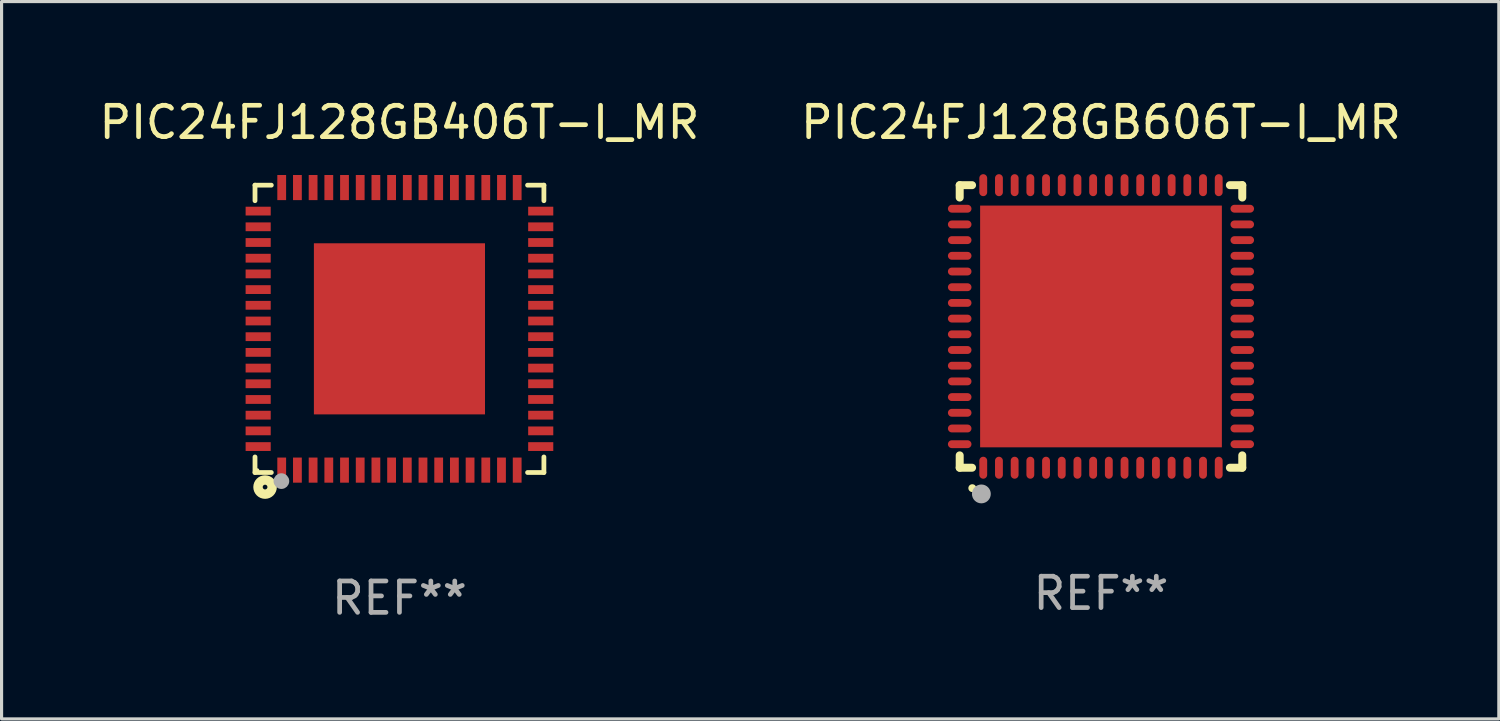
<source format=kicad_pcb>
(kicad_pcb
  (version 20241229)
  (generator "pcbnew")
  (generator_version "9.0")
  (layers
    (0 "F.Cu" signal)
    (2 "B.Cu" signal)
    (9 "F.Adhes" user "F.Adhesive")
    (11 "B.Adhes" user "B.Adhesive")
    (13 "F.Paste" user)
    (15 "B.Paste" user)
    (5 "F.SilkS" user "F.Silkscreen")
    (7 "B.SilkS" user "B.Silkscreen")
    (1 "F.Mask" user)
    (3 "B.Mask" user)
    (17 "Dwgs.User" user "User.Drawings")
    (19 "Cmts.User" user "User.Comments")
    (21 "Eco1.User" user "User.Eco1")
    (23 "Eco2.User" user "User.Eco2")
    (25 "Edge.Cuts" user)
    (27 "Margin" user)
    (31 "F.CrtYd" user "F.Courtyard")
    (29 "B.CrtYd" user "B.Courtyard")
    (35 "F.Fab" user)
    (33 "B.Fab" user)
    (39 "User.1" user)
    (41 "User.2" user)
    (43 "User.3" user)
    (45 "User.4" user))
  (footprint "PIC24FJ128GB406T-I_MR"
    (layer "F.Cu")
    (at 9.673 7.424)
    (property "Reference" "PIC24FJ128GB406T-I_MR" (at 0 -6.576 0) (layer "F.SilkS") (effects (font (size 1 1) (thickness 0.15))))
    (attr through_hole)
    (fp_line (start -4.601 -4.576) (end -4.081 -4.576) (stroke (width 0.152) (type solid)) (layer "F.SilkS"))
    (fp_line (start -4.601 -4.081) (end -4.601 -4.576) (stroke (width 0.152) (type solid)) (layer "F.SilkS"))
    (fp_line (start -4.601 4.081) (end -4.601 4.576) (stroke (width 0.152) (type solid)) (layer "F.SilkS"))
    (fp_line (start -4.601 4.576) (end -4.081 4.576) (stroke (width 0.152) (type solid)) (layer "F.SilkS"))
    (fp_line (start 4.601 -4.576) (end 4.081 -4.576) (stroke (width 0.152) (type solid)) (layer "F.SilkS"))
    (fp_line (start 4.601 -4.081) (end 4.601 -4.576) (stroke (width 0.152) (type solid)) (layer "F.SilkS"))
    (fp_line (start 4.601 4.081) (end 4.601 4.576) (stroke (width 0.152) (type solid)) (layer "F.SilkS"))
    (fp_line (start 4.601 4.576) (end 4.081 4.576) (stroke (width 0.152) (type solid)) (layer "F.SilkS"))
    (fp_circle (center -4.525 4.5) (end -4.495 4.5) (stroke (width 0.06) (type solid)) (fill no) (layer "F.SilkS"))
    (fp_circle (center -4.28 5.04) (end -4.205 5.04) (stroke (width 0.3) (type solid)) (fill no) (layer "F.SilkS"))
    (fp_circle (center -3.76 4.85) (end -3.635 4.85) (stroke (width 0.25) (type solid)) (fill no) (layer "F.Fab"))
    (fp_text user "REF**" (at 0 8.576 0) (layer "F.Fab") (effects (font (size 1 1) (thickness 0.15))))
    (pad "1" smd rect (at -3.75 4.5) (size 0.28 0.8) (layers "F.Cu" "F.Mask" "F.Paste"))
    (pad "2" smd rect (at -3.25 4.5) (size 0.28 0.8) (layers "F.Cu" "F.Mask" "F.Paste"))
    (pad "3" smd rect (at -2.75 4.5) (size 0.28 0.8) (layers "F.Cu" "F.Mask" "F.Paste"))
    (pad "4" smd rect (at -2.25 4.5) (size 0.28 0.8) (layers "F.Cu" "F.Mask" "F.Paste"))
    (pad "5" smd rect (at -1.75 4.5) (size 0.28 0.8) (layers "F.Cu" "F.Mask" "F.Paste"))
    (pad "6" smd rect (at -1.25 4.5) (size 0.28 0.8) (layers "F.Cu" "F.Mask" "F.Paste"))
    (pad "7" smd rect (at -0.75 4.5) (size 0.28 0.8) (layers "F.Cu" "F.Mask" "F.Paste"))
    (pad "8" smd rect (at -0.25 4.5) (size 0.28 0.8) (layers "F.Cu" "F.Mask" "F.Paste"))
    (pad "9" smd rect (at 0.25 4.5) (size 0.28 0.8) (layers "F.Cu" "F.Mask" "F.Paste"))
    (pad "10" smd rect (at 0.75 4.5) (size 0.28 0.8) (layers "F.Cu" "F.Mask" "F.Paste"))
    (pad "11" smd rect (at 1.25 4.5) (size 0.28 0.8) (layers "F.Cu" "F.Mask" "F.Paste"))
    (pad "12" smd rect (at 1.75 4.5) (size 0.28 0.8) (layers "F.Cu" "F.Mask" "F.Paste"))
    (pad "13" smd rect (at 2.25 4.5) (size 0.28 0.8) (layers "F.Cu" "F.Mask" "F.Paste"))
    (pad "14" smd rect (at 2.75 4.5) (size 0.28 0.8) (layers "F.Cu" "F.Mask" "F.Paste"))
    (pad "15" smd rect (at 3.25 4.5) (size 0.28 0.8) (layers "F.Cu" "F.Mask" "F.Paste"))
    (pad "16" smd rect (at 3.75 4.5) (size 0.28 0.8) (layers "F.Cu" "F.Mask" "F.Paste"))
    (pad "17" smd rect (at 4.5 3.75) (size 0.8 0.28) (layers "F.Cu" "F.Mask" "F.Paste"))
    (pad "18" smd rect (at 4.5 3.25) (size 0.8 0.28) (layers "F.Cu" "F.Mask" "F.Paste"))
    (pad "19" smd rect (at 4.5 2.75) (size 0.8 0.28) (layers "F.Cu" "F.Mask" "F.Paste"))
    (pad "20" smd rect (at 4.5 2.25) (size 0.8 0.28) (layers "F.Cu" "F.Mask" "F.Paste"))
    (pad "21" smd rect (at 4.5 1.75) (size 0.8 0.28) (layers "F.Cu" "F.Mask" "F.Paste"))
    (pad "22" smd rect (at 4.5 1.25) (size 0.8 0.28) (layers "F.Cu" "F.Mask" "F.Paste"))
    (pad "23" smd rect (at 4.5 0.75) (size 0.8 0.28) (layers "F.Cu" "F.Mask" "F.Paste"))
    (pad "24" smd rect (at 4.5 0.25) (size 0.8 0.28) (layers "F.Cu" "F.Mask" "F.Paste"))
    (pad "25" smd rect (at 4.5 -0.25) (size 0.8 0.28) (layers "F.Cu" "F.Mask" "F.Paste"))
    (pad "26" smd rect (at 4.5 -0.75) (size 0.8 0.28) (layers "F.Cu" "F.Mask" "F.Paste"))
    (pad "27" smd rect (at 4.5 -1.25) (size 0.8 0.28) (layers "F.Cu" "F.Mask" "F.Paste"))
    (pad "28" smd rect (at 4.5 -1.75) (size 0.8 0.28) (layers "F.Cu" "F.Mask" "F.Paste"))
    (pad "29" smd rect (at 4.5 -2.25) (size 0.8 0.28) (layers "F.Cu" "F.Mask" "F.Paste"))
    (pad "30" smd rect (at 4.5 -2.75) (size 0.8 0.28) (layers "F.Cu" "F.Mask" "F.Paste"))
    (pad "31" smd rect (at 4.5 -3.25) (size 0.8 0.28) (layers "F.Cu" "F.Mask" "F.Paste"))
    (pad "32" smd rect (at 4.5 -3.75) (size 0.8 0.28) (layers "F.Cu" "F.Mask" "F.Paste"))
    (pad "33" smd rect (at 3.75 -4.5) (size 0.28 0.8) (layers "F.Cu" "F.Mask" "F.Paste"))
    (pad "34" smd rect (at 3.25 -4.5) (size 0.28 0.8) (layers "F.Cu" "F.Mask" "F.Paste"))
    (pad "35" smd rect (at 2.75 -4.5) (size 0.28 0.8) (layers "F.Cu" "F.Mask" "F.Paste"))
    (pad "36" smd rect (at 2.25 -4.5) (size 0.28 0.8) (layers "F.Cu" "F.Mask" "F.Paste"))
    (pad "37" smd rect (at 1.75 -4.5) (size 0.28 0.8) (layers "F.Cu" "F.Mask" "F.Paste"))
    (pad "38" smd rect (at 1.25 -4.5) (size 0.28 0.8) (layers "F.Cu" "F.Mask" "F.Paste"))
    (pad "39" smd rect (at 0.75 -4.5) (size 0.28 0.8) (layers "F.Cu" "F.Mask" "F.Paste"))
    (pad "40" smd rect (at 0.25 -4.5) (size 0.28 0.8) (layers "F.Cu" "F.Mask" "F.Paste"))
    (pad "41" smd rect (at -0.25 -4.5) (size 0.28 0.8) (layers "F.Cu" "F.Mask" "F.Paste"))
    (pad "42" smd rect (at -0.75 -4.5) (size 0.28 0.8) (layers "F.Cu" "F.Mask" "F.Paste"))
    (pad "43" smd rect (at -1.25 -4.5) (size 0.28 0.8) (layers "F.Cu" "F.Mask" "F.Paste"))
    (pad "44" smd rect (at -1.75 -4.5) (size 0.28 0.8) (layers "F.Cu" "F.Mask" "F.Paste"))
    (pad "45" smd rect (at -2.25 -4.5) (size 0.28 0.8) (layers "F.Cu" "F.Mask" "F.Paste"))
    (pad "46" smd rect (at -2.75 -4.5) (size 0.28 0.8) (layers "F.Cu" "F.Mask" "F.Paste"))
    (pad "47" smd rect (at -3.25 -4.5) (size 0.28 0.8) (layers "F.Cu" "F.Mask" "F.Paste"))
    (pad "48" smd rect (at -3.75 -4.5) (size 0.28 0.8) (layers "F.Cu" "F.Mask" "F.Paste"))
    (pad "49" smd rect (at -4.5 -3.75) (size 0.8 0.28) (layers "F.Cu" "F.Mask" "F.Paste"))
    (pad "50" smd rect (at -4.5 -3.25) (size 0.8 0.28) (layers "F.Cu" "F.Mask" "F.Paste"))
    (pad "51" smd rect (at -4.5 -2.75) (size 0.8 0.28) (layers "F.Cu" "F.Mask" "F.Paste"))
    (pad "52" smd rect (at -4.5 -2.25) (size 0.8 0.28) (layers "F.Cu" "F.Mask" "F.Paste"))
    (pad "53" smd rect (at -4.5 -1.75) (size 0.8 0.28) (layers "F.Cu" "F.Mask" "F.Paste"))
    (pad "54" smd rect (at -4.5 -1.25) (size 0.8 0.28) (layers "F.Cu" "F.Mask" "F.Paste"))
    (pad "55" smd rect (at -4.5 -0.75) (size 0.8 0.28) (layers "F.Cu" "F.Mask" "F.Paste"))
    (pad "56" smd rect (at -4.5 -0.25) (size 0.8 0.28) (layers "F.Cu" "F.Mask" "F.Paste"))
    (pad "57" smd rect (at -4.5 0.25) (size 0.8 0.28) (layers "F.Cu" "F.Mask" "F.Paste"))
    (pad "58" smd rect (at -4.5 0.75) (size 0.8 0.28) (layers "F.Cu" "F.Mask" "F.Paste"))
    (pad "59" smd rect (at -4.5 1.25) (size 0.8 0.28) (layers "F.Cu" "F.Mask" "F.Paste"))
    (pad "60" smd rect (at -4.5 1.75) (size 0.8 0.28) (layers "F.Cu" "F.Mask" "F.Paste"))
    (pad "61" smd rect (at -4.5 2.25) (size 0.8 0.28) (layers "F.Cu" "F.Mask" "F.Paste"))
    (pad "62" smd rect (at -4.5 2.75) (size 0.8 0.28) (layers "F.Cu" "F.Mask" "F.Paste"))
    (pad "63" smd rect (at -4.5 3.25) (size 0.8 0.28) (layers "F.Cu" "F.Mask" "F.Paste"))
    (pad "64" smd rect (at -4.5 3.75) (size 0.8 0.28) (layers "F.Cu" "F.Mask" "F.Paste"))
    (pad "65" smd rect (at 0 0) (size 5.45 5.45) (layers "F.Cu" "F.Mask" "F.Paste")))
  (footprint "PIC24FJ128GB606T-I_MR"
    (layer "F.Cu")
    (at 32.018 7.348)
    (property "Reference" "PIC24FJ128GB606T-I_MR" (at 0 -6.5 0) (layer "F.SilkS") (effects (font (size 1 1) (thickness 0.15))))
    (attr through_hole)
    (fp_line (start -4.5 -4.5) (end -4.106 -4.5) (stroke (width 0.254) (type solid)) (layer "F.SilkS"))
    (fp_line (start -4.5 -4.106) (end -4.5 -4.5) (stroke (width 0.254) (type solid)) (layer "F.SilkS"))
    (fp_line (start -4.5 4.5) (end -4.5 4.106) (stroke (width 0.254) (type solid)) (layer "F.SilkS"))
    (fp_line (start -4.106 4.5) (end -4.5 4.5) (stroke (width 0.254) (type solid)) (layer "F.SilkS"))
    (fp_line (start 4.106 -4.5) (end 4.5 -4.5) (stroke (width 0.254) (type solid)) (layer "F.SilkS"))
    (fp_line (start 4.5 -4.5) (end 4.5 -4.106) (stroke (width 0.254) (type solid)) (layer "F.SilkS"))
    (fp_line (start 4.5 4.106) (end 4.5 4.5) (stroke (width 0.254) (type solid)) (layer "F.SilkS"))
    (fp_line (start 4.5 4.5) (end 4.106 4.5) (stroke (width 0.254) (type solid)) (layer "F.SilkS"))
    (fp_arc (start -4.099987 5.149898) (mid -4.098717 5.149892) (end -4.097447 5.149898) (stroke (width 0.24892) (type solid)) (layer "F.SilkS"))
    (fp_circle (center -4.5 4.5) (end -4.47 4.5) (stroke (width 0.06) (type solid)) (fill no) (layer "F.SilkS"))
    (fp_circle (center -3.81 5.334) (end -3.66 5.334) (stroke (width 0.3) (type solid)) (fill no) (layer "F.Fab"))
    (fp_text user "REF**" (at 0 8.5 0) (layer "F.Fab") (effects (font (size 1 1) (thickness 0.15))))
    (pad "1" smd oval (at -3.75 4.5) (size 0.25 0.7) (layers "F.Cu" "F.Mask" "F.Paste"))
    (pad "2" smd oval (at -3.25 4.5) (size 0.25 0.7) (layers "F.Cu" "F.Mask" "F.Paste"))
    (pad "3" smd oval (at -2.75 4.5) (size 0.25 0.7) (layers "F.Cu" "F.Mask" "F.Paste"))
    (pad "4" smd oval (at -2.25 4.5) (size 0.25 0.7) (layers "F.Cu" "F.Mask" "F.Paste"))
    (pad "5" smd oval (at -1.75 4.5) (size 0.25 0.7) (layers "F.Cu" "F.Mask" "F.Paste"))
    (pad "6" smd oval (at -1.25 4.5) (size 0.25 0.7) (layers "F.Cu" "F.Mask" "F.Paste"))
    (pad "7" smd oval (at -0.75 4.5) (size 0.25 0.7) (layers "F.Cu" "F.Mask" "F.Paste"))
    (pad "8" smd oval (at -0.25 4.5) (size 0.25 0.7) (layers "F.Cu" "F.Mask" "F.Paste"))
    (pad "9" smd oval (at 0.25 4.5) (size 0.25 0.7) (layers "F.Cu" "F.Mask" "F.Paste"))
    (pad "10" smd oval (at 0.75 4.5) (size 0.25 0.7) (layers "F.Cu" "F.Mask" "F.Paste"))
    (pad "11" smd oval (at 1.25 4.5) (size 0.25 0.7) (layers "F.Cu" "F.Mask" "F.Paste"))
    (pad "12" smd oval (at 1.75 4.5) (size 0.25 0.7) (layers "F.Cu" "F.Mask" "F.Paste"))
    (pad "13" smd oval (at 2.25 4.5) (size 0.25 0.7) (layers "F.Cu" "F.Mask" "F.Paste"))
    (pad "14" smd oval (at 2.75 4.5) (size 0.25 0.7) (layers "F.Cu" "F.Mask" "F.Paste"))
    (pad "15" smd oval (at 3.25 4.5) (size 0.25 0.7) (layers "F.Cu" "F.Mask" "F.Paste"))
    (pad "16" smd oval (at 3.75 4.5) (size 0.25 0.7) (layers "F.Cu" "F.Mask" "F.Paste"))
    (pad "17" smd oval (at 4.5 3.75) (size 0.75 0.25) (layers "F.Cu" "F.Mask" "F.Paste"))
    (pad "18" smd oval (at 4.5 3.25) (size 0.75 0.25) (layers "F.Cu" "F.Mask" "F.Paste"))
    (pad "19" smd oval (at 4.5 2.75) (size 0.75 0.25) (layers "F.Cu" "F.Mask" "F.Paste"))
    (pad "20" smd oval (at 4.5 2.25) (size 0.75 0.25) (layers "F.Cu" "F.Mask" "F.Paste"))
    (pad "21" smd oval (at 4.5 1.75) (size 0.75 0.25) (layers "F.Cu" "F.Mask" "F.Paste"))
    (pad "22" smd oval (at 4.5 1.25) (size 0.75 0.25) (layers "F.Cu" "F.Mask" "F.Paste"))
    (pad "23" smd oval (at 4.5 0.75) (size 0.75 0.25) (layers "F.Cu" "F.Mask" "F.Paste"))
    (pad "24" smd oval (at 4.5 0.25) (size 0.75 0.25) (layers "F.Cu" "F.Mask" "F.Paste"))
    (pad "25" smd oval (at 4.5 -0.25) (size 0.75 0.25) (layers "F.Cu" "F.Mask" "F.Paste"))
    (pad "26" smd oval (at 4.5 -0.75) (size 0.75 0.25) (layers "F.Cu" "F.Mask" "F.Paste"))
    (pad "27" smd oval (at 4.5 -1.25) (size 0.75 0.25) (layers "F.Cu" "F.Mask" "F.Paste"))
    (pad "28" smd oval (at 4.5 -1.75) (size 0.75 0.25) (layers "F.Cu" "F.Mask" "F.Paste"))
    (pad "29" smd oval (at 4.5 -2.25) (size 0.75 0.25) (layers "F.Cu" "F.Mask" "F.Paste"))
    (pad "30" smd oval (at 4.5 -2.75) (size 0.75 0.25) (layers "F.Cu" "F.Mask" "F.Paste"))
    (pad "31" smd oval (at 4.5 -3.25) (size 0.75 0.25) (layers "F.Cu" "F.Mask" "F.Paste"))
    (pad "32" smd oval (at 4.5 -3.75) (size 0.75 0.25) (layers "F.Cu" "F.Mask" "F.Paste"))
    (pad "33" smd oval (at 3.75 -4.5) (size 0.25 0.7) (layers "F.Cu" "F.Mask" "F.Paste"))
    (pad "34" smd oval (at 3.25 -4.5) (size 0.25 0.7) (layers "F.Cu" "F.Mask" "F.Paste"))
    (pad "35" smd oval (at 2.75 -4.5) (size 0.25 0.7) (layers "F.Cu" "F.Mask" "F.Paste"))
    (pad "36" smd oval (at 2.25 -4.5) (size 0.25 0.7) (layers "F.Cu" "F.Mask" "F.Paste"))
    (pad "37" smd oval (at 1.75 -4.5) (size 0.25 0.7) (layers "F.Cu" "F.Mask" "F.Paste"))
    (pad "38" smd oval (at 1.25 -4.5) (size 0.25 0.7) (layers "F.Cu" "F.Mask" "F.Paste"))
    (pad "39" smd oval (at 0.75 -4.5) (size 0.25 0.7) (layers "F.Cu" "F.Mask" "F.Paste"))
    (pad "40" smd oval (at 0.25 -4.5) (size 0.25 0.7) (layers "F.Cu" "F.Mask" "F.Paste"))
    (pad "41" smd oval (at -0.25 -4.5) (size 0.25 0.7) (layers "F.Cu" "F.Mask" "F.Paste"))
    (pad "42" smd oval (at -0.75 -4.5) (size 0.25 0.7) (layers "F.Cu" "F.Mask" "F.Paste"))
    (pad "43" smd oval (at -1.25 -4.5) (size 0.25 0.7) (layers "F.Cu" "F.Mask" "F.Paste"))
    (pad "44" smd oval (at -1.75 -4.5) (size 0.25 0.7) (layers "F.Cu" "F.Mask" "F.Paste"))
    (pad "45" smd oval (at -2.25 -4.5) (size 0.25 0.7) (layers "F.Cu" "F.Mask" "F.Paste"))
    (pad "46" smd oval (at -2.75 -4.5) (size 0.25 0.7) (layers "F.Cu" "F.Mask" "F.Paste"))
    (pad "47" smd oval (at -3.25 -4.5) (size 0.25 0.7) (layers "F.Cu" "F.Mask" "F.Paste"))
    (pad "48" smd oval (at -3.75 -4.5) (size 0.25 0.7) (layers "F.Cu" "F.Mask" "F.Paste"))
    (pad "49" smd oval (at -4.5 -3.75) (size 0.75 0.25) (layers "F.Cu" "F.Mask" "F.Paste"))
    (pad "50" smd oval (at -4.5 -3.25) (size 0.75 0.25) (layers "F.Cu" "F.Mask" "F.Paste"))
    (pad "51" smd oval (at -4.5 -2.75) (size 0.75 0.25) (layers "F.Cu" "F.Mask" "F.Paste"))
    (pad "52" smd oval (at -4.5 -2.25) (size 0.75 0.25) (layers "F.Cu" "F.Mask" "F.Paste"))
    (pad "53" smd oval (at -4.5 -1.75) (size 0.75 0.25) (layers "F.Cu" "F.Mask" "F.Paste"))
    (pad "54" smd oval (at -4.5 -1.25) (size 0.75 0.25) (layers "F.Cu" "F.Mask" "F.Paste"))
    (pad "55" smd oval (at -4.5 -0.75) (size 0.75 0.25) (layers "F.Cu" "F.Mask" "F.Paste"))
    (pad "56" smd oval (at -4.5 -0.25) (size 0.75 0.25) (layers "F.Cu" "F.Mask" "F.Paste"))
    (pad "57" smd oval (at -4.5 0.25) (size 0.75 0.25) (layers "F.Cu" "F.Mask" "F.Paste"))
    (pad "58" smd oval (at -4.5 0.75) (size 0.75 0.25) (layers "F.Cu" "F.Mask" "F.Paste"))
    (pad "59" smd oval (at -4.5 1.25) (size 0.75 0.25) (layers "F.Cu" "F.Mask" "F.Paste"))
    (pad "60" smd oval (at -4.5 1.75) (size 0.75 0.25) (layers "F.Cu" "F.Mask" "F.Paste"))
    (pad "61" smd oval (at -4.5 2.25) (size 0.75 0.25) (layers "F.Cu" "F.Mask" "F.Paste"))
    (pad "62" smd oval (at -4.5 2.75) (size 0.75 0.25) (layers "F.Cu" "F.Mask" "F.Paste"))
    (pad "63" smd oval (at -4.5 3.25) (size 0.75 0.25) (layers "F.Cu" "F.Mask" "F.Paste"))
    (pad "64" smd oval (at -4.5 3.75) (size 0.75 0.25) (layers "F.Cu" "F.Mask" "F.Paste"))
    (pad "65" smd rect (at 0.000394 -0.000013) (size 7.7 7.7) (layers "F.Cu" "F.Mask" "F.Paste")))
  (gr_rect
    (start -3 -3)
    (end 44.69 19.849)
    (stroke (width 0.1) (type default))
    (fill no)
    (layer "Edge.Cuts")))
</source>
